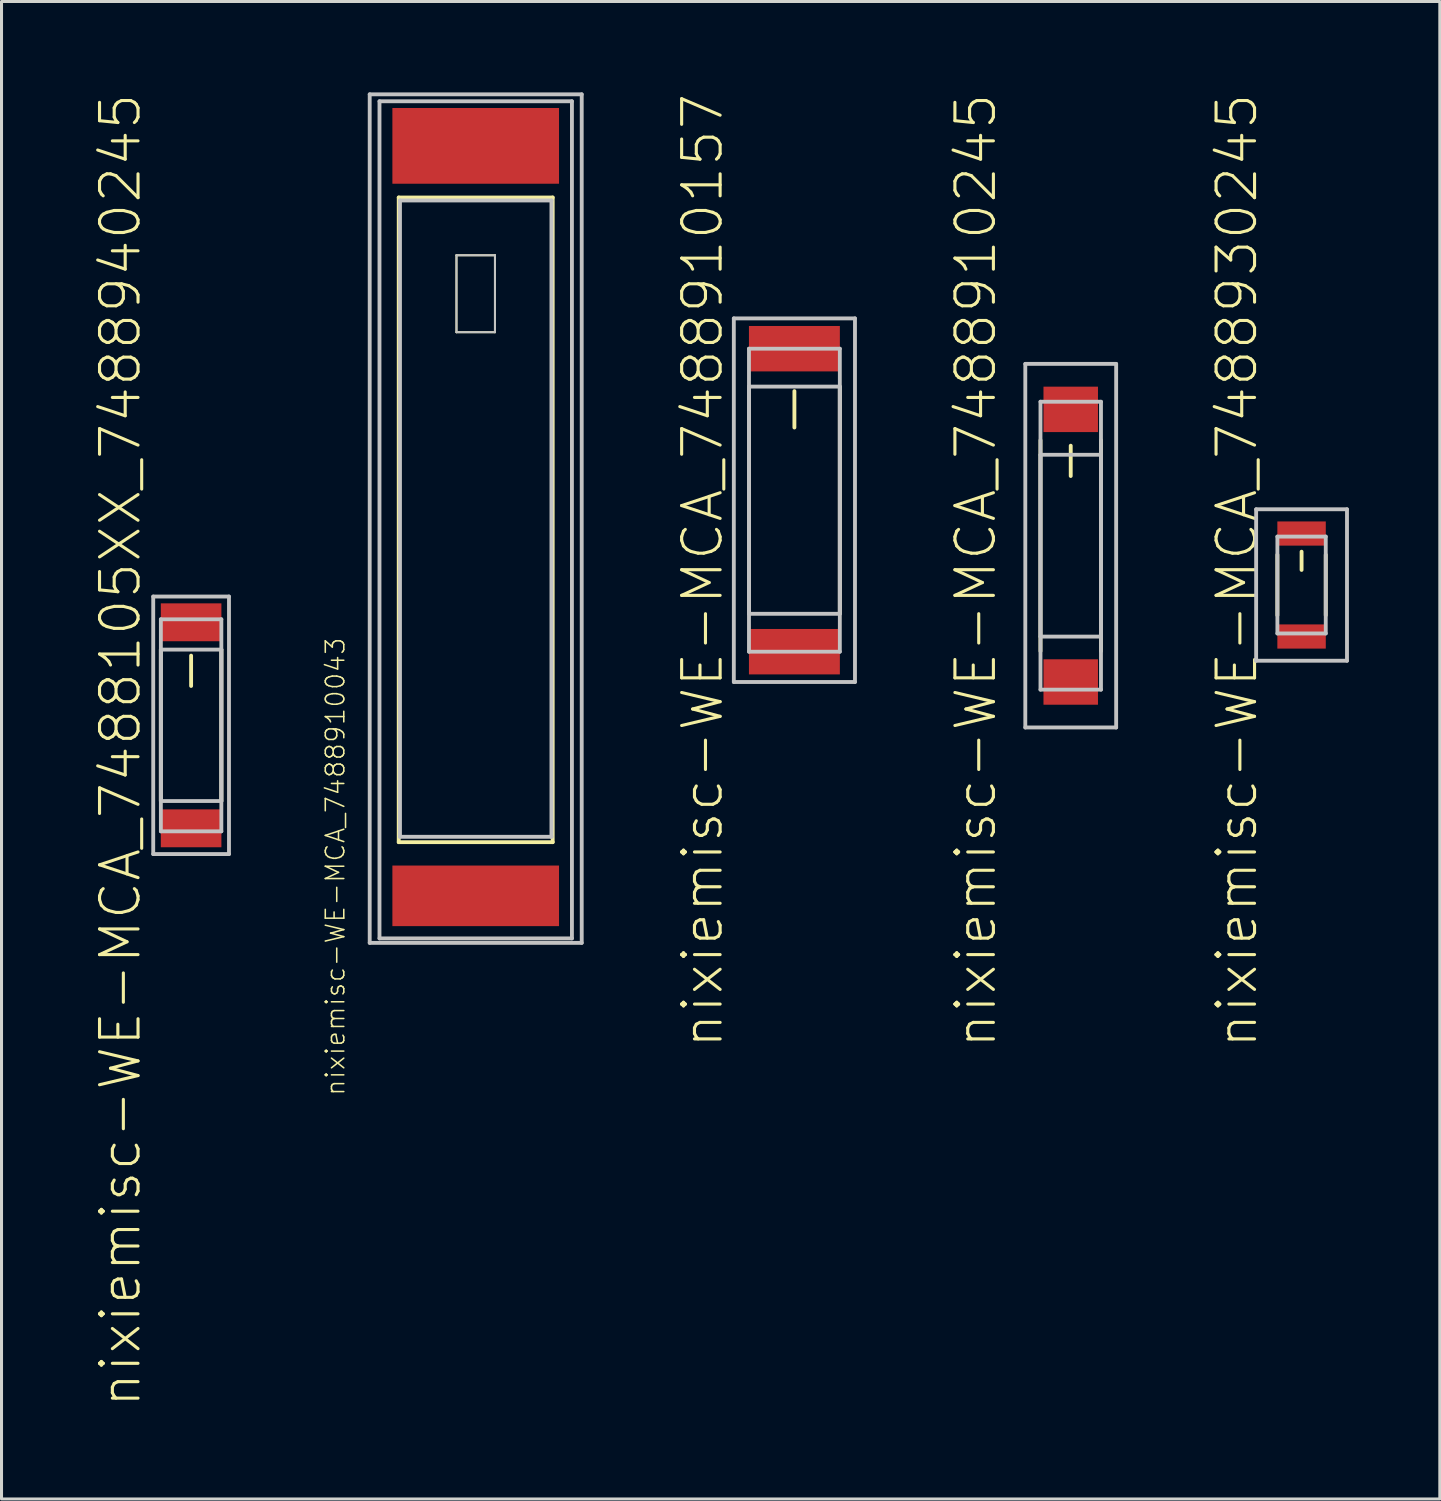
<source format=kicad_pcb>
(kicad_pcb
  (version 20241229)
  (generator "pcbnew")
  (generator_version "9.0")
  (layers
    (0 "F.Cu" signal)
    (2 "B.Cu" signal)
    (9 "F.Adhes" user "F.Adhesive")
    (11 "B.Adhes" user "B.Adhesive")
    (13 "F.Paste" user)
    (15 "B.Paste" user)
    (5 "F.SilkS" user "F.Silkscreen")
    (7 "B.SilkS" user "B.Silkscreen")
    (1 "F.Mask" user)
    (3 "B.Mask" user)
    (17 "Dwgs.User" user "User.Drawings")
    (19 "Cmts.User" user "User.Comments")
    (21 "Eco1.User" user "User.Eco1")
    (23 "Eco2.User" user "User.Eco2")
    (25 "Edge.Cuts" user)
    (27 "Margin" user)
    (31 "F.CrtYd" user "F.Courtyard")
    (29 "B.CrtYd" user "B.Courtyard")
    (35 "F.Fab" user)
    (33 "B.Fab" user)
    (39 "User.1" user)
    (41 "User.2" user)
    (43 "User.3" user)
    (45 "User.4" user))
  (footprint "nixiemisc-WE-MCA_7488910043"
    (layer "F.Cu")
    (at 12.647 14.262)
    (property "Reference" "nixiemisc-WE-MCA_7488910043" (at -4.633 11.285 90) (layer "F.SilkS") (effects (font (size 0.61 0.61) (thickness 0.051))))
    (attr smd)
    (fp_line (start -2.54 -10.795) (end 2.54 -10.795) (stroke (width 0.127) (type solid)) (layer "F.SilkS"))
    (fp_line (start -2.54 10.477) (end -2.54 -10.795) (stroke (width 0.127) (type solid)) (layer "F.SilkS"))
    (fp_line (start -0.635 -8.89) (end 0.635 -8.89) (stroke (width 0.066) (type solid)) (layer "F.SilkS"))
    (fp_line (start -0.635 -6.35) (end -0.635 -8.89) (stroke (width 0.066) (type solid)) (layer "F.SilkS"))
    (fp_line (start -0.635 -6.35) (end 0.635 -6.35) (stroke (width 0.066) (type solid)) (layer "F.SilkS"))
    (fp_line (start 0.635 -6.35) (end 0.635 -8.89) (stroke (width 0.066) (type solid)) (layer "F.SilkS"))
    (fp_line (start 2.54 -10.795) (end 2.54 10.477) (stroke (width 0.127) (type solid)) (layer "F.SilkS"))
    (fp_line (start 2.54 10.477) (end -2.54 10.477) (stroke (width 0.127) (type solid)) (layer "F.SilkS"))
    (fp_line (start -3.498 -14.199) (end 3.498 -14.199) (stroke (width 0.127) (type solid)) (layer "Dwgs.User"))
    (fp_line (start -3.498 13.8) (end -3.498 -14.199) (stroke (width 0.127) (type solid)) (layer "Dwgs.User"))
    (fp_line (start -3.175 -13.97) (end 3.175 -13.97) (stroke (width 0.127) (type solid)) (layer "Dwgs.User"))
    (fp_line (start -3.175 13.652) (end -3.175 -13.97) (stroke (width 0.127) (type solid)) (layer "Dwgs.User"))
    (fp_line (start -2.499 -10.698) (end 2.499 -10.698) (stroke (width 0.127) (type solid)) (layer "Dwgs.User"))
    (fp_line (start -2.499 10.3) (end -2.499 -10.698) (stroke (width 0.127) (type solid)) (layer "Dwgs.User"))
    (fp_line (start -0.635 -8.89) (end 0.635 -8.89) (stroke (width 0.066) (type solid)) (layer "Dwgs.User"))
    (fp_line (start -0.635 -6.35) (end -0.635 -8.89) (stroke (width 0.066) (type solid)) (layer "Dwgs.User"))
    (fp_line (start -0.635 -6.35) (end 0.635 -6.35) (stroke (width 0.066) (type solid)) (layer "Dwgs.User"))
    (fp_line (start 0.635 -6.35) (end 0.635 -8.89) (stroke (width 0.066) (type solid)) (layer "Dwgs.User"))
    (fp_line (start 2.499 -10.698) (end 2.499 10.3) (stroke (width 0.127) (type solid)) (layer "Dwgs.User"))
    (fp_line (start 2.499 10.3) (end -2.499 10.3) (stroke (width 0.127) (type solid)) (layer "Dwgs.User"))
    (fp_line (start 3.175 -13.97) (end 3.175 13.652) (stroke (width 0.127) (type solid)) (layer "Dwgs.User"))
    (fp_line (start 3.175 13.652) (end -3.175 13.652) (stroke (width 0.127) (type solid)) (layer "Dwgs.User"))
    (fp_line (start 3.498 -14.199) (end 3.498 13.8) (stroke (width 0.127) (type solid)) (layer "Dwgs.User"))
    (fp_line (start 3.498 13.8) (end -3.498 13.8) (stroke (width 0.127) (type solid)) (layer "Dwgs.User"))
    (pad "1" smd rect (at 0 -12.499 180) (size 5.499 2.499) (layers "F.Cu" "F.Mask" "F.Paste"))
    (pad "2" smd rect (at 0 12.248 180) (size 5.499 1.999) (layers "F.Cu" "F.Mask" "F.Paste")))
  (footprint "nixiemisc-WE-MCA_7488105XX_7488940245"
    (layer "F.Cu")
    (at 3.256 20.883)
    (property "Reference" "nixiemisc-WE-MCA_7488105XX_7488940245" (at -2.334 0.823 90) (layer "F.SilkS") (effects (font (size 1.27 1.27) (thickness 0.102))))
    (attr smd)
    (fp_line (start -0.998 -2.499) (end -0.998 2.499) (stroke (width 0.127) (type solid)) (layer "F.SilkS"))
    (fp_line (start 0 -2.299) (end 0 -1.298) (stroke (width 0.127) (type solid)) (layer "F.SilkS"))
    (fp_line (start 0.998 -2.499) (end 0.998 2.499) (stroke (width 0.127) (type solid)) (layer "F.SilkS"))
    (fp_line (start -1.25 -4.249) (end -1.25 4.249) (stroke (width 0.127) (type solid)) (layer "Dwgs.User"))
    (fp_line (start -1.25 4.249) (end 1.25 4.249) (stroke (width 0.127) (type solid)) (layer "Dwgs.User"))
    (fp_line (start -0.998 -3.498) (end -0.998 3.498) (stroke (width 0.127) (type solid)) (layer "Dwgs.User"))
    (fp_line (start -0.998 -3.498) (end 0.998 -3.498) (stroke (width 0.127) (type solid)) (layer "Dwgs.User"))
    (fp_line (start -0.998 -2.499) (end -0.998 2.499) (stroke (width 0.127) (type solid)) (layer "Dwgs.User"))
    (fp_line (start -0.998 2.499) (end 0.998 2.499) (stroke (width 0.127) (type solid)) (layer "Dwgs.User"))
    (fp_line (start -0.998 3.498) (end 0.998 3.498) (stroke (width 0.127) (type solid)) (layer "Dwgs.User"))
    (fp_line (start 0.998 -3.498) (end 0.998 3.498) (stroke (width 0.127) (type solid)) (layer "Dwgs.User"))
    (fp_line (start 0.998 -2.499) (end -0.998 -2.499) (stroke (width 0.127) (type solid)) (layer "Dwgs.User"))
    (fp_line (start 0.998 2.499) (end 0.998 -2.499) (stroke (width 0.127) (type solid)) (layer "Dwgs.User"))
    (fp_line (start 1.25 -4.249) (end -1.25 -4.249) (stroke (width 0.127) (type solid)) (layer "Dwgs.User"))
    (fp_line (start 1.25 4.249) (end 1.25 -4.249) (stroke (width 0.127) (type solid)) (layer "Dwgs.User"))
    (pad "1" smd rect (at 0 -3.399 90) (size 1.25 1.999) (layers "F.Cu" "F.Mask" "F.Paste"))
    (pad "2" smd rect (at 0 3.399 90) (size 1.25 1.999) (layers "F.Cu" "F.Mask" "F.Paste")))
  (footprint "nixiemisc-WE-MCA_7488930245"
    (layer "F.Cu")
    (at 39.898 16.254)
    (property "Reference" "nixiemisc-WE-MCA_7488930245" (at -2.134 -0.475 90) (layer "F.SilkS") (effects (font (size 1.27 1.27) (thickness 0.102))))
    (attr smd)
    (fp_line (start -0.798 -0.998) (end -0.798 0.998) (stroke (width 0.127) (type solid)) (layer "F.SilkS"))
    (fp_line (start 0 -1.1) (end 0 -0.498) (stroke (width 0.127) (type solid)) (layer "F.SilkS"))
    (fp_line (start 0.798 -0.998) (end 0.798 0.998) (stroke (width 0.127) (type solid)) (layer "F.SilkS"))
    (fp_line (start -1.499 -2.499) (end -1.499 2.499) (stroke (width 0.127) (type solid)) (layer "Dwgs.User"))
    (fp_line (start -1.499 2.499) (end 1.499 2.499) (stroke (width 0.127) (type solid)) (layer "Dwgs.User"))
    (fp_line (start -0.798 -1.598) (end -0.798 1.598) (stroke (width 0.127) (type solid)) (layer "Dwgs.User"))
    (fp_line (start -0.798 -1.598) (end 0.798 -1.598) (stroke (width 0.127) (type solid)) (layer "Dwgs.User"))
    (fp_line (start -0.798 1.598) (end 0.798 1.598) (stroke (width 0.127) (type solid)) (layer "Dwgs.User"))
    (fp_line (start 0.798 -1.598) (end 0.798 1.598) (stroke (width 0.127) (type solid)) (layer "Dwgs.User"))
    (fp_line (start 1.499 -2.499) (end -1.499 -2.499) (stroke (width 0.127) (type solid)) (layer "Dwgs.User"))
    (fp_line (start 1.499 2.499) (end 1.499 -2.499) (stroke (width 0.127) (type solid)) (layer "Dwgs.User"))
    (pad "1" smd rect (at 0 -1.699 90) (size 0.798 1.598) (layers "F.Cu" "F.Mask" "F.Paste"))
    (pad "2" smd rect (at 0 1.699 90) (size 0.798 1.598) (layers "F.Cu" "F.Mask" "F.Paste")))
  (footprint "nixiemisc-WE-MCA_7488910245"
    (layer "F.Cu")
    (at 32.281 14.956)
    (property "Reference" "nixiemisc-WE-MCA_7488910245" (at -3.134 0.823 90) (layer "F.SilkS") (effects (font (size 1.27 1.27) (thickness 0.102))))
    (attr smd)
    (fp_line (start -0.998 3.48) (end -0.998 -3.48) (stroke (width 0.127) (type solid)) (layer "F.SilkS"))
    (fp_line (start 0 -3.299) (end 0 -2.299) (stroke (width 0.127) (type solid)) (layer "F.SilkS"))
    (fp_line (start 0.998 -3.48) (end 0.998 3.48) (stroke (width 0.127) (type solid)) (layer "F.SilkS"))
    (fp_line (start -1.499 -5.999) (end -1.499 5.999) (stroke (width 0.127) (type solid)) (layer "Dwgs.User"))
    (fp_line (start -1.499 5.999) (end 1.499 5.999) (stroke (width 0.127) (type solid)) (layer "Dwgs.User"))
    (fp_line (start -0.998 -4.75) (end 0.998 -4.75) (stroke (width 0.127) (type solid)) (layer "Dwgs.User"))
    (fp_line (start -0.998 -3) (end -0.998 3) (stroke (width 0.127) (type solid)) (layer "Dwgs.User"))
    (fp_line (start -0.998 3) (end 0.998 3) (stroke (width 0.127) (type solid)) (layer "Dwgs.User"))
    (fp_line (start -0.998 4.75) (end -0.998 -4.75) (stroke (width 0.127) (type solid)) (layer "Dwgs.User"))
    (fp_line (start -0.998 4.75) (end 0.998 4.75) (stroke (width 0.127) (type solid)) (layer "Dwgs.User"))
    (fp_line (start 0.998 -4.75) (end 0.998 4.75) (stroke (width 0.127) (type solid)) (layer "Dwgs.User"))
    (fp_line (start 0.998 -3) (end -0.998 -3) (stroke (width 0.127) (type solid)) (layer "Dwgs.User"))
    (fp_line (start 0.998 3) (end 0.998 -3) (stroke (width 0.127) (type solid)) (layer "Dwgs.User"))
    (fp_line (start 1.499 -5.999) (end -1.499 -5.999) (stroke (width 0.127) (type solid)) (layer "Dwgs.User"))
    (fp_line (start 1.499 5.999) (end 1.499 -5.999) (stroke (width 0.127) (type solid)) (layer "Dwgs.User"))
    (pad "1" smd rect (at 0 -4.498 90) (size 1.499 1.798) (layers "F.Cu" "F.Mask" "F.Paste"))
    (pad "2" smd rect (at 0 4.498 90) (size 1.499 1.798) (layers "F.Cu" "F.Mask" "F.Paste")))
  (footprint "nixiemisc-WE-MCA_7488910157"
    (layer "F.Cu")
    (at 23.163 13.455)
    (property "Reference" "nixiemisc-WE-MCA_7488910157" (at -3.033 2.324 90) (layer "F.SilkS") (effects (font (size 1.27 1.27) (thickness 0.102))))
    (attr smd)
    (fp_line (start -1.499 3.729) (end -1.499 -3.729) (stroke (width 0.127) (type solid)) (layer "F.SilkS"))
    (fp_line (start 0 -3.599) (end 0 -2.398) (stroke (width 0.127) (type solid)) (layer "F.SilkS"))
    (fp_line (start 1.499 -3.729) (end 1.499 3.729) (stroke (width 0.127) (type solid)) (layer "F.SilkS"))
    (fp_line (start -1.999 -5.999) (end -1.999 5.999) (stroke (width 0.127) (type solid)) (layer "Dwgs.User"))
    (fp_line (start -1.999 5.999) (end 1.999 5.999) (stroke (width 0.127) (type solid)) (layer "Dwgs.User"))
    (fp_line (start -1.499 -4.999) (end 1.499 -4.999) (stroke (width 0.127) (type solid)) (layer "Dwgs.User"))
    (fp_line (start -1.499 -3.749) (end -1.499 3.749) (stroke (width 0.127) (type solid)) (layer "Dwgs.User"))
    (fp_line (start -1.499 3.749) (end 1.499 3.749) (stroke (width 0.127) (type solid)) (layer "Dwgs.User"))
    (fp_line (start -1.499 4.999) (end -1.499 -4.999) (stroke (width 0.127) (type solid)) (layer "Dwgs.User"))
    (fp_line (start 1.499 -4.999) (end 1.499 4.999) (stroke (width 0.127) (type solid)) (layer "Dwgs.User"))
    (fp_line (start 1.499 -3.749) (end -1.499 -3.749) (stroke (width 0.127) (type solid)) (layer "Dwgs.User"))
    (fp_line (start 1.499 3.749) (end 1.499 -3.749) (stroke (width 0.127) (type solid)) (layer "Dwgs.User"))
    (fp_line (start 1.499 4.999) (end -1.499 4.999) (stroke (width 0.127) (type solid)) (layer "Dwgs.User"))
    (fp_line (start 1.999 -5.999) (end -1.999 -5.999) (stroke (width 0.127) (type solid)) (layer "Dwgs.User"))
    (fp_line (start 1.999 5.999) (end 1.999 -5.999) (stroke (width 0.127) (type solid)) (layer "Dwgs.User"))
    (pad "1" smd rect (at 0 -4.999 90) (size 1.499 3) (layers "F.Cu" "F.Mask" "F.Paste"))
    (pad "2" smd rect (at 0 4.999 90) (size 1.499 3) (layers "F.Cu" "F.Mask" "F.Paste")))
  (gr_rect
    (start -3 -3)
    (end 44.46 46.412)
    (stroke (width 0.1) (type default))
    (fill no)
    (layer "Edge.Cuts")))
</source>
